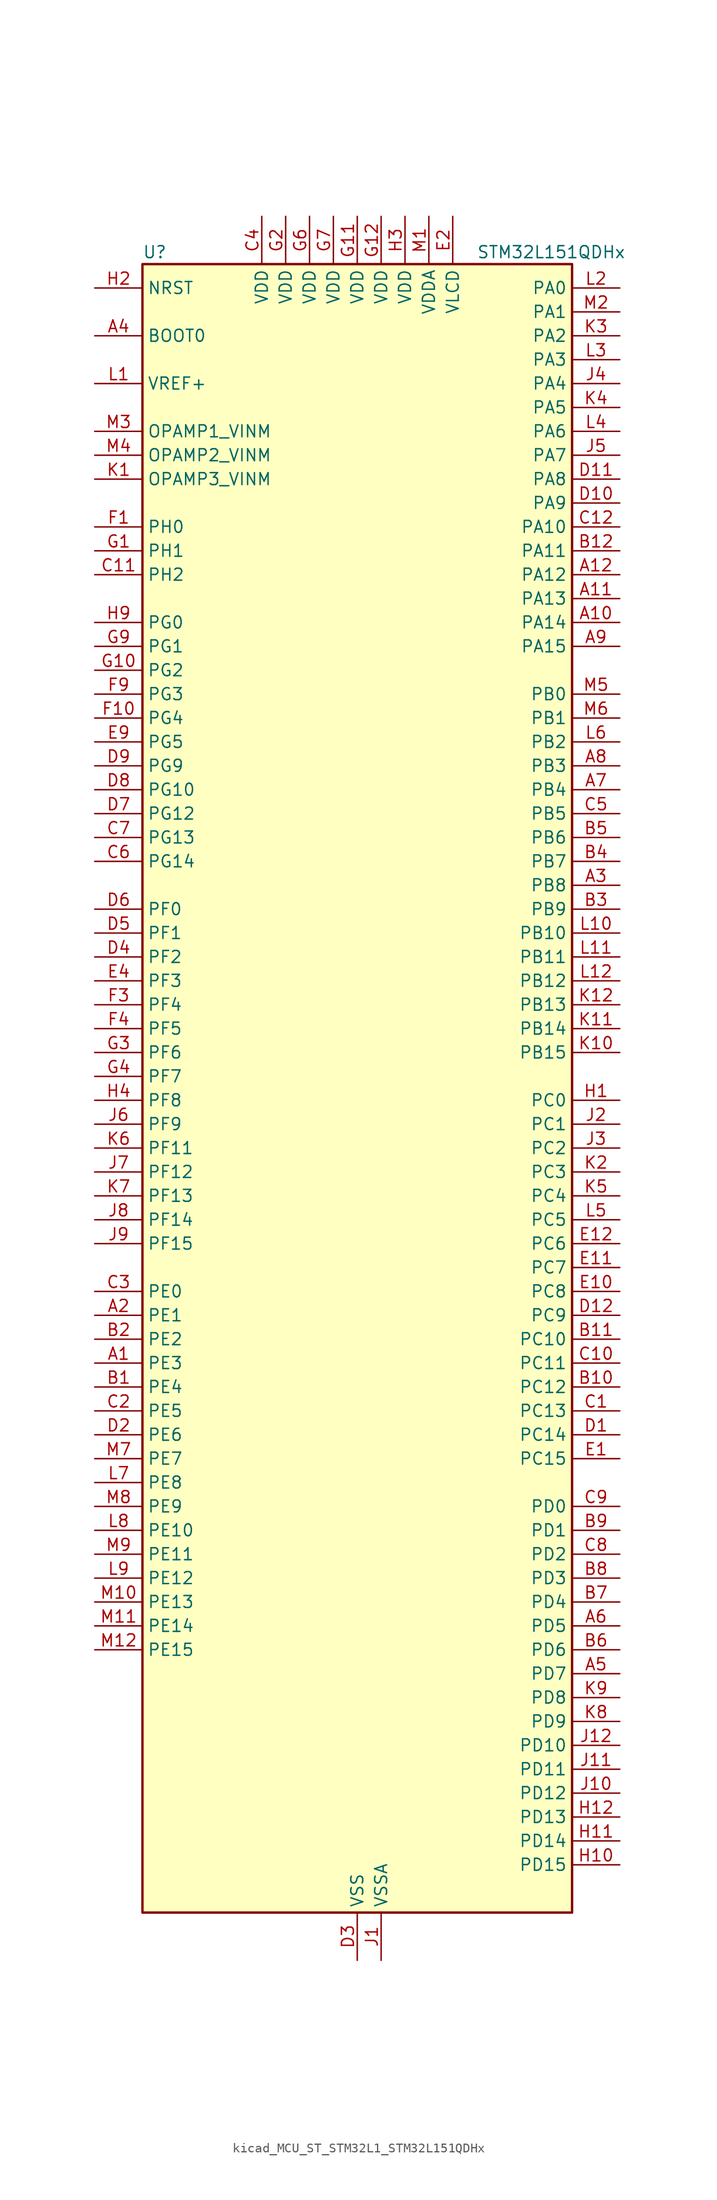
<source format=kicad_sym>
(kicad_symbol_lib
  (version 20220914)
  (generator kicad_symbol_editor)
  (symbol "kicad_MCU_ST_STM32L1_STM32L151QDHx"
    (property "Reference" "U"
      (at -22.86 90.17 0)
      (effects (font (size 1.27 1.27)) (justify left)))
    (property "Value" "STM32L151QDHx"
      (at 12.7 90.17 0)
      (effects (font (size 1.27 1.27)) (justify left)))
    (property "ki_locked" ""
      (at 0 0 0)
      (effects (font (size 1.27 1.27))))
    (symbol "kicad_MCU_ST_STM32L1_STM32L151QDHx_0_1"
      (rectangle (start -22.86 -86.36) (end 22.86 88.9) (stroke (width 0.254) (type default)) (fill (type background))))
    (symbol "kicad_MCU_ST_STM32L1_STM32L151QDHx_1_1"
      (pin bidirectional line (at -27.94 -27.94 0) (length 5.08) (name "PE3" (effects (font (size 1.27 1.27)))) (number "A1" (effects (font (size 1.27 1.27)))) (alternate "FSMC_A19" bidirectional line) (alternate "SYS_TRACED0" bidirectional line) (alternate "TIM3_CH1" bidirectional line) (alternate "TIMX_IC4" bidirectional line))
      (pin bidirectional line (at 27.94 50.8 180) (length 5.08) (name "PA14" (effects (font (size 1.27 1.27)))) (number "A10" (effects (font (size 1.27 1.27)))) (alternate "SYS_JTCK-SWCLK" bidirectional line) (alternate "TIMX_IC3" bidirectional line) (alternate "TS_G5_IO2" bidirectional line))
      (pin bidirectional line (at 27.94 53.34 180) (length 5.08) (name "PA13" (effects (font (size 1.27 1.27)))) (number "A11" (effects (font (size 1.27 1.27)))) (alternate "SYS_JTMS-SWDIO" bidirectional line) (alternate "TIMX_IC2" bidirectional line) (alternate "TS_G5_IO1" bidirectional line))
      (pin bidirectional line (at 27.94 55.88 180) (length 5.08) (name "PA12" (effects (font (size 1.27 1.27)))) (number "A12" (effects (font (size 1.27 1.27)))) (alternate "SPI1_MOSI" bidirectional line) (alternate "TIMX_IC1" bidirectional line) (alternate "USART1_RTS" bidirectional line) (alternate "USB_DP" bidirectional line))
      (pin bidirectional line (at -27.94 -22.86 0) (length 5.08) (name "PE1" (effects (font (size 1.27 1.27)))) (number "A2" (effects (font (size 1.27 1.27)))) (alternate "FSMC_NBL1" bidirectional line) (alternate "TIM11_CH1" bidirectional line) (alternate "TIMX_IC2" bidirectional line))
      (pin bidirectional line (at 27.94 22.86 180) (length 5.08) (name "PB8" (effects (font (size 1.27 1.27)))) (number "A3" (effects (font (size 1.27 1.27)))) (alternate "I2C1_SCL" bidirectional line) (alternate "SDIO_D4" bidirectional line) (alternate "TIM10_CH1" bidirectional line) (alternate "TIM4_CH3" bidirectional line))
      (pin input line (at -27.94 81.28 0) (length 5.08) (name "BOOT0" (effects (font (size 1.27 1.27)))) (number "A4" (effects (font (size 1.27 1.27)))))
      (pin bidirectional line (at 27.94 -60.96 180) (length 5.08) (name "PD7" (effects (font (size 1.27 1.27)))) (number "A5" (effects (font (size 1.27 1.27)))) (alternate "FSMC_NE1" bidirectional line) (alternate "TIM9_CH2" bidirectional line) (alternate "TIMX_IC4" bidirectional line) (alternate "USART2_CK" bidirectional line))
      (pin bidirectional line (at 27.94 -55.88 180) (length 5.08) (name "PD5" (effects (font (size 1.27 1.27)))) (number "A6" (effects (font (size 1.27 1.27)))) (alternate "FSMC_NWE" bidirectional line) (alternate "TIMX_IC2" bidirectional line) (alternate "USART2_TX" bidirectional line))
      (pin bidirectional line (at 27.94 33.02 180) (length 5.08) (name "PB4" (effects (font (size 1.27 1.27)))) (number "A7" (effects (font (size 1.27 1.27)))) (alternate "COMP2_INP" bidirectional line) (alternate "SPI1_MISO" bidirectional line) (alternate "SPI3_MISO" bidirectional line) (alternate "SYS_JTRST" bidirectional line) (alternate "TIM3_CH1" bidirectional line) (alternate "TS_G6_IO1" bidirectional line))
      (pin bidirectional line (at 27.94 35.56 180) (length 5.08) (name "PB3" (effects (font (size 1.27 1.27)))) (number "A8" (effects (font (size 1.27 1.27)))) (alternate "COMP2_INM" bidirectional line) (alternate "I2S3_CK" bidirectional line) (alternate "SPI1_SCK" bidirectional line) (alternate "SPI3_SCK" bidirectional line) (alternate "SYS_JTDO-TRACESWO" bidirectional line) (alternate "TIM2_CH2" bidirectional line))
      (pin bidirectional line (at 27.94 48.26 180) (length 5.08) (name "PA15" (effects (font (size 1.27 1.27)))) (number "A9" (effects (font (size 1.27 1.27)))) (alternate "ADC_EXTI15" bidirectional line) (alternate "I2S3_WS" bidirectional line) (alternate "SPI1_NSS" bidirectional line) (alternate "SPI3_NSS" bidirectional line) (alternate "SYS_JTDI" bidirectional line) (alternate "TIM2_CH1" bidirectional line) (alternate "TIM2_ETR" bidirectional line) (alternate "TIMX_IC4" bidirectional line) (alternate "TS_G5_IO3" bidirectional line))
      (pin bidirectional line (at -27.94 -30.48 0) (length 5.08) (name "PE4" (effects (font (size 1.27 1.27)))) (number "B1" (effects (font (size 1.27 1.27)))) (alternate "FSMC_A20" bidirectional line) (alternate "SYS_TRACED1" bidirectional line) (alternate "TIM3_CH2" bidirectional line) (alternate "TIMX_IC1" bidirectional line))
      (pin bidirectional line (at 27.94 -30.48 180) (length 5.08) (name "PC12" (effects (font (size 1.27 1.27)))) (number "B10" (effects (font (size 1.27 1.27)))) (alternate "I2S3_SD" bidirectional line) (alternate "SDIO_CK" bidirectional line) (alternate "SPI3_MOSI" bidirectional line) (alternate "TIMX_IC1" bidirectional line) (alternate "UART5_TX" bidirectional line) (alternate "USART3_CK" bidirectional line))
      (pin bidirectional line (at 27.94 -25.4 180) (length 5.08) (name "PC10" (effects (font (size 1.27 1.27)))) (number "B11" (effects (font (size 1.27 1.27)))) (alternate "I2S3_CK" bidirectional line) (alternate "SDIO_D2" bidirectional line) (alternate "SPI3_SCK" bidirectional line) (alternate "TIMX_IC3" bidirectional line) (alternate "UART4_TX" bidirectional line) (alternate "USART3_TX" bidirectional line))
      (pin bidirectional line (at 27.94 58.42 180) (length 5.08) (name "PA11" (effects (font (size 1.27 1.27)))) (number "B12" (effects (font (size 1.27 1.27)))) (alternate "ADC_EXTI11" bidirectional line) (alternate "SPI1_MISO" bidirectional line) (alternate "TIMX_IC4" bidirectional line) (alternate "USART1_CTS" bidirectional line) (alternate "USB_DM" bidirectional line))
      (pin bidirectional line (at -27.94 -25.4 0) (length 5.08) (name "PE2" (effects (font (size 1.27 1.27)))) (number "B2" (effects (font (size 1.27 1.27)))) (alternate "FSMC_A23" bidirectional line) (alternate "SYS_TRACECK" bidirectional line) (alternate "TIM3_ETR" bidirectional line) (alternate "TIMX_IC3" bidirectional line))
      (pin bidirectional line (at 27.94 20.32 180) (length 5.08) (name "PB9" (effects (font (size 1.27 1.27)))) (number "B3" (effects (font (size 1.27 1.27)))) (alternate "DAC_EXTI9" bidirectional line) (alternate "I2C1_SDA" bidirectional line) (alternate "SDIO_D5" bidirectional line) (alternate "TIM11_CH1" bidirectional line) (alternate "TIM4_CH4" bidirectional line))
      (pin bidirectional line (at 27.94 25.4 180) (length 5.08) (name "PB7" (effects (font (size 1.27 1.27)))) (number "B4" (effects (font (size 1.27 1.27)))) (alternate "COMP2_INP" bidirectional line) (alternate "FSMC_NL" bidirectional line) (alternate "I2C1_SDA" bidirectional line) (alternate "SYS_PVD_IN" bidirectional line) (alternate "TIM4_CH2" bidirectional line) (alternate "TS_G6_IO4" bidirectional line) (alternate "USART1_RX" bidirectional line))
      (pin bidirectional line (at 27.94 27.94 180) (length 5.08) (name "PB6" (effects (font (size 1.27 1.27)))) (number "B5" (effects (font (size 1.27 1.27)))) (alternate "COMP2_INP" bidirectional line) (alternate "I2C1_SCL" bidirectional line) (alternate "TIM4_CH1" bidirectional line) (alternate "TS_G6_IO3" bidirectional line) (alternate "USART1_TX" bidirectional line))
      (pin bidirectional line (at 27.94 -58.42 180) (length 5.08) (name "PD6" (effects (font (size 1.27 1.27)))) (number "B6" (effects (font (size 1.27 1.27)))) (alternate "FSMC_NWAIT" bidirectional line) (alternate "TIMX_IC3" bidirectional line) (alternate "USART2_RX" bidirectional line))
      (pin bidirectional line (at 27.94 -53.34 180) (length 5.08) (name "PD4" (effects (font (size 1.27 1.27)))) (number "B7" (effects (font (size 1.27 1.27)))) (alternate "FSMC_NOE" bidirectional line) (alternate "I2S2_SD" bidirectional line) (alternate "SPI2_MOSI" bidirectional line) (alternate "TIMX_IC1" bidirectional line) (alternate "USART2_RTS" bidirectional line))
      (pin bidirectional line (at 27.94 -50.8 180) (length 5.08) (name "PD3" (effects (font (size 1.27 1.27)))) (number "B8" (effects (font (size 1.27 1.27)))) (alternate "FSMC_CLK" bidirectional line) (alternate "SPI2_MISO" bidirectional line) (alternate "TIMX_IC4" bidirectional line) (alternate "USART2_CTS" bidirectional line))
      (pin bidirectional line (at 27.94 -45.72 180) (length 5.08) (name "PD1" (effects (font (size 1.27 1.27)))) (number "B9" (effects (font (size 1.27 1.27)))) (alternate "FSMC_D3" bidirectional line) (alternate "FSMC_DA3" bidirectional line) (alternate "I2S2_CK" bidirectional line) (alternate "SPI2_SCK" bidirectional line) (alternate "TIMX_IC2" bidirectional line))
      (pin bidirectional line (at 27.94 -33.02 180) (length 5.08) (name "PC13" (effects (font (size 1.27 1.27)))) (number "C1" (effects (font (size 1.27 1.27)))) (alternate "RTC_OUT_ALARM" bidirectional line) (alternate "RTC_OUT_CALIB" bidirectional line) (alternate "RTC_TAMP1" bidirectional line) (alternate "RTC_TS" bidirectional line) (alternate "SYS_WKUP2" bidirectional line) (alternate "TIMX_IC2" bidirectional line))
      (pin bidirectional line (at 27.94 -27.94 180) (length 5.08) (name "PC11" (effects (font (size 1.27 1.27)))) (number "C10" (effects (font (size 1.27 1.27)))) (alternate "ADC_EXTI11" bidirectional line) (alternate "SDIO_D3" bidirectional line) (alternate "SPI3_MISO" bidirectional line) (alternate "TIMX_IC4" bidirectional line) (alternate "UART4_RX" bidirectional line) (alternate "USART3_RX" bidirectional line))
      (pin bidirectional line (at -27.94 55.88 0) (length 5.08) (name "PH2" (effects (font (size 1.27 1.27)))) (number "C11" (effects (font (size 1.27 1.27)))) (alternate "FSMC_A22" bidirectional line))
      (pin bidirectional line (at 27.94 60.96 180) (length 5.08) (name "PA10" (effects (font (size 1.27 1.27)))) (number "C12" (effects (font (size 1.27 1.27)))) (alternate "TIMX_IC3" bidirectional line) (alternate "TS_G4_IO3" bidirectional line) (alternate "USART1_RX" bidirectional line))
      (pin bidirectional line (at -27.94 -33.02 0) (length 5.08) (name "PE5" (effects (font (size 1.27 1.27)))) (number "C2" (effects (font (size 1.27 1.27)))) (alternate "FSMC_A21" bidirectional line) (alternate "SYS_TRACED2" bidirectional line) (alternate "TIM9_CH1" bidirectional line) (alternate "TIMX_IC2" bidirectional line))
      (pin bidirectional line (at -27.94 -20.32 0) (length 5.08) (name "PE0" (effects (font (size 1.27 1.27)))) (number "C3" (effects (font (size 1.27 1.27)))) (alternate "FSMC_NBL0" bidirectional line) (alternate "TIM10_CH1" bidirectional line) (alternate "TIM4_ETR" bidirectional line) (alternate "TIMX_IC1" bidirectional line))
      (pin power_in line (at -10.16 93.98 270) (length 5.08) (name "VDD" (effects (font (size 1.27 1.27)))) (number "C4" (effects (font (size 1.27 1.27)))))
      (pin bidirectional line (at 27.94 30.48 180) (length 5.08) (name "PB5" (effects (font (size 1.27 1.27)))) (number "C5" (effects (font (size 1.27 1.27)))) (alternate "COMP2_INP" bidirectional line) (alternate "I2C1_SMBA" bidirectional line) (alternate "I2S3_SD" bidirectional line) (alternate "SPI1_MOSI" bidirectional line) (alternate "SPI3_MOSI" bidirectional line) (alternate "TIM3_CH2" bidirectional line) (alternate "TS_G6_IO2" bidirectional line))
      (pin bidirectional line (at -27.94 25.4 0) (length 5.08) (name "PG14" (effects (font (size 1.27 1.27)))) (number "C6" (effects (font (size 1.27 1.27)))) (alternate "FSMC_A25" bidirectional line))
      (pin bidirectional line (at -27.94 27.94 0) (length 5.08) (name "PG13" (effects (font (size 1.27 1.27)))) (number "C7" (effects (font (size 1.27 1.27)))) (alternate "FSMC_A24" bidirectional line))
      (pin bidirectional line (at 27.94 -48.26 180) (length 5.08) (name "PD2" (effects (font (size 1.27 1.27)))) (number "C8" (effects (font (size 1.27 1.27)))) (alternate "SDIO_CMD" bidirectional line) (alternate "TIM3_ETR" bidirectional line) (alternate "TIMX_IC3" bidirectional line) (alternate "UART5_RX" bidirectional line))
      (pin bidirectional line (at 27.94 -43.18 180) (length 5.08) (name "PD0" (effects (font (size 1.27 1.27)))) (number "C9" (effects (font (size 1.27 1.27)))) (alternate "FSMC_D2" bidirectional line) (alternate "FSMC_DA2" bidirectional line) (alternate "I2S2_WS" bidirectional line) (alternate "SPI2_NSS" bidirectional line) (alternate "TIM9_CH1" bidirectional line) (alternate "TIMX_IC1" bidirectional line))
      (pin bidirectional line (at 27.94 -35.56 180) (length 5.08) (name "PC14" (effects (font (size 1.27 1.27)))) (number "D1" (effects (font (size 1.27 1.27)))) (alternate "RCC_OSC32_IN" bidirectional line) (alternate "TIMX_IC3" bidirectional line))
      (pin bidirectional line (at 27.94 63.5 180) (length 5.08) (name "PA9" (effects (font (size 1.27 1.27)))) (number "D10" (effects (font (size 1.27 1.27)))) (alternate "DAC_EXTI9" bidirectional line) (alternate "TIMX_IC2" bidirectional line) (alternate "TS_G4_IO2" bidirectional line) (alternate "USART1_TX" bidirectional line))
      (pin bidirectional line (at 27.94 66.04 180) (length 5.08) (name "PA8" (effects (font (size 1.27 1.27)))) (number "D11" (effects (font (size 1.27 1.27)))) (alternate "RCC_MCO" bidirectional line) (alternate "TIMX_IC1" bidirectional line) (alternate "TS_G4_IO1" bidirectional line) (alternate "USART1_CK" bidirectional line))
      (pin bidirectional line (at 27.94 -22.86 180) (length 5.08) (name "PC9" (effects (font (size 1.27 1.27)))) (number "D12" (effects (font (size 1.27 1.27)))) (alternate "DAC_EXTI9" bidirectional line) (alternate "SDIO_D1" bidirectional line) (alternate "TIM3_CH4" bidirectional line) (alternate "TIMX_IC2" bidirectional line) (alternate "TS_G10_IO4" bidirectional line))
      (pin bidirectional line (at -27.94 -35.56 0) (length 5.08) (name "PE6" (effects (font (size 1.27 1.27)))) (number "D2" (effects (font (size 1.27 1.27)))) (alternate "RTC_TAMP3" bidirectional line) (alternate "SYS_TRACED3" bidirectional line) (alternate "SYS_WKUP3" bidirectional line) (alternate "TIM9_CH2" bidirectional line) (alternate "TIMX_IC3" bidirectional line))
      (pin power_in line (at 0 -91.44 90) (length 5.08) (name "VSS" (effects (font (size 1.27 1.27)))) (number "D3" (effects (font (size 1.27 1.27)))))
      (pin bidirectional line (at -27.94 15.24 0) (length 5.08) (name "PF2" (effects (font (size 1.27 1.27)))) (number "D4" (effects (font (size 1.27 1.27)))) (alternate "FSMC_A2" bidirectional line))
      (pin bidirectional line (at -27.94 17.78 0) (length 5.08) (name "PF1" (effects (font (size 1.27 1.27)))) (number "D5" (effects (font (size 1.27 1.27)))) (alternate "FSMC_A1" bidirectional line))
      (pin bidirectional line (at -27.94 20.32 0) (length 5.08) (name "PF0" (effects (font (size 1.27 1.27)))) (number "D6" (effects (font (size 1.27 1.27)))) (alternate "FSMC_A0" bidirectional line))
      (pin bidirectional line (at -27.94 30.48 0) (length 5.08) (name "PG12" (effects (font (size 1.27 1.27)))) (number "D7" (effects (font (size 1.27 1.27)))) (alternate "FSMC_NE4" bidirectional line))
      (pin bidirectional line (at -27.94 33.02 0) (length 5.08) (name "PG10" (effects (font (size 1.27 1.27)))) (number "D8" (effects (font (size 1.27 1.27)))) (alternate "FSMC_NE3" bidirectional line))
      (pin bidirectional line (at -27.94 35.56 0) (length 5.08) (name "PG9" (effects (font (size 1.27 1.27)))) (number "D9" (effects (font (size 1.27 1.27)))) (alternate "DAC_EXTI9" bidirectional line) (alternate "FSMC_NE2" bidirectional line))
      (pin bidirectional line (at 27.94 -38.1 180) (length 5.08) (name "PC15" (effects (font (size 1.27 1.27)))) (number "E1" (effects (font (size 1.27 1.27)))) (alternate "ADC_EXTI15" bidirectional line) (alternate "RCC_OSC32_OUT" bidirectional line) (alternate "TIMX_IC4" bidirectional line))
      (pin bidirectional line (at 27.94 -20.32 180) (length 5.08) (name "PC8" (effects (font (size 1.27 1.27)))) (number "E10" (effects (font (size 1.27 1.27)))) (alternate "SDIO_D0" bidirectional line) (alternate "TIM3_CH3" bidirectional line) (alternate "TIMX_IC1" bidirectional line) (alternate "TS_G10_IO3" bidirectional line))
      (pin bidirectional line (at 27.94 -17.78 180) (length 5.08) (name "PC7" (effects (font (size 1.27 1.27)))) (number "E11" (effects (font (size 1.27 1.27)))) (alternate "I2S3_MCK" bidirectional line) (alternate "SDIO_D7" bidirectional line) (alternate "TIM3_CH2" bidirectional line) (alternate "TIMX_IC4" bidirectional line) (alternate "TS_G10_IO2" bidirectional line))
      (pin bidirectional line (at 27.94 -15.24 180) (length 5.08) (name "PC6" (effects (font (size 1.27 1.27)))) (number "E12" (effects (font (size 1.27 1.27)))) (alternate "I2S2_MCK" bidirectional line) (alternate "SDIO_D6" bidirectional line) (alternate "TIM3_CH1" bidirectional line) (alternate "TIMX_IC3" bidirectional line) (alternate "TS_G10_IO1" bidirectional line))
      (pin power_in line (at 10.16 93.98 270) (length 5.08) (name "VLCD" (effects (font (size 1.27 1.27)))) (number "E2" (effects (font (size 1.27 1.27)))))
      (pin passive line (at 0 -91.44 90) (length 5.08) hide (name "VSS" (effects (font (size 1.27 1.27)))) (number "E3" (effects (font (size 1.27 1.27)))))
      (pin bidirectional line (at -27.94 12.7 0) (length 5.08) (name "PF3" (effects (font (size 1.27 1.27)))) (number "E4" (effects (font (size 1.27 1.27)))) (alternate "FSMC_A3" bidirectional line))
      (pin bidirectional line (at -27.94 38.1 0) (length 5.08) (name "PG5" (effects (font (size 1.27 1.27)))) (number "E9" (effects (font (size 1.27 1.27)))) (alternate "FSMC_A15" bidirectional line))
      (pin bidirectional line (at -27.94 60.96 0) (length 5.08) (name "PH0" (effects (font (size 1.27 1.27)))) (number "F1" (effects (font (size 1.27 1.27)))) (alternate "RCC_OSC_IN" bidirectional line))
      (pin bidirectional line (at -27.94 40.64 0) (length 5.08) (name "PG4" (effects (font (size 1.27 1.27)))) (number "F10" (effects (font (size 1.27 1.27)))) (alternate "ADC_IN12b" bidirectional line) (alternate "FSMC_A14" bidirectional line) (alternate "TS_G7_IO7" bidirectional line))
      (pin passive line (at 0 -91.44 90) (length 5.08) hide (name "VSS" (effects (font (size 1.27 1.27)))) (number "F11" (effects (font (size 1.27 1.27)))))
      (pin passive line (at 0 -91.44 90) (length 5.08) hide (name "VSS" (effects (font (size 1.27 1.27)))) (number "F12" (effects (font (size 1.27 1.27)))))
      (pin passive line (at 0 -91.44 90) (length 5.08) hide (name "VSS" (effects (font (size 1.27 1.27)))) (number "F2" (effects (font (size 1.27 1.27)))))
      (pin bidirectional line (at -27.94 10.16 0) (length 5.08) (name "PF4" (effects (font (size 1.27 1.27)))) (number "F3" (effects (font (size 1.27 1.27)))) (alternate "FSMC_A4" bidirectional line))
      (pin bidirectional line (at -27.94 7.62 0) (length 5.08) (name "PF5" (effects (font (size 1.27 1.27)))) (number "F4" (effects (font (size 1.27 1.27)))) (alternate "FSMC_A5" bidirectional line))
      (pin passive line (at 0 -91.44 90) (length 5.08) hide (name "VSS" (effects (font (size 1.27 1.27)))) (number "F6" (effects (font (size 1.27 1.27)))))
      (pin passive line (at 0 -91.44 90) (length 5.08) hide (name "VSS" (effects (font (size 1.27 1.27)))) (number "F7" (effects (font (size 1.27 1.27)))))
      (pin bidirectional line (at -27.94 43.18 0) (length 5.08) (name "PG3" (effects (font (size 1.27 1.27)))) (number "F9" (effects (font (size 1.27 1.27)))) (alternate "ADC_IN11b" bidirectional line) (alternate "FSMC_A13" bidirectional line) (alternate "TS_G7_IO6" bidirectional line))
      (pin bidirectional line (at -27.94 58.42 0) (length 5.08) (name "PH1" (effects (font (size 1.27 1.27)))) (number "G1" (effects (font (size 1.27 1.27)))) (alternate "RCC_OSC_OUT" bidirectional line))
      (pin bidirectional line (at -27.94 45.72 0) (length 5.08) (name "PG2" (effects (font (size 1.27 1.27)))) (number "G10" (effects (font (size 1.27 1.27)))) (alternate "ADC_IN10b" bidirectional line) (alternate "FSMC_A12" bidirectional line) (alternate "TS_G7_IO5" bidirectional line))
      (pin power_in line (at 0 93.98 270) (length 5.08) (name "VDD" (effects (font (size 1.27 1.27)))) (number "G11" (effects (font (size 1.27 1.27)))))
      (pin power_in line (at 2.54 93.98 270) (length 5.08) (name "VDD" (effects (font (size 1.27 1.27)))) (number "G12" (effects (font (size 1.27 1.27)))))
      (pin power_in line (at -7.62 93.98 270) (length 5.08) (name "VDD" (effects (font (size 1.27 1.27)))) (number "G2" (effects (font (size 1.27 1.27)))))
      (pin bidirectional line (at -27.94 5.08 0) (length 5.08) (name "PF6" (effects (font (size 1.27 1.27)))) (number "G3" (effects (font (size 1.27 1.27)))) (alternate "ADC_IN27" bidirectional line) (alternate "TIM5_CH1" bidirectional line) (alternate "TIM5_ETR" bidirectional line) (alternate "TS_G11_IO1" bidirectional line))
      (pin bidirectional line (at -27.94 2.54 0) (length 5.08) (name "PF7" (effects (font (size 1.27 1.27)))) (number "G4" (effects (font (size 1.27 1.27)))) (alternate "ADC_IN28" bidirectional line) (alternate "COMP1_INP" bidirectional line) (alternate "TIM5_CH2" bidirectional line) (alternate "TS_G11_IO2" bidirectional line))
      (pin power_in line (at -5.08 93.98 270) (length 5.08) (name "VDD" (effects (font (size 1.27 1.27)))) (number "G6" (effects (font (size 1.27 1.27)))))
      (pin power_in line (at -2.54 93.98 270) (length 5.08) (name "VDD" (effects (font (size 1.27 1.27)))) (number "G7" (effects (font (size 1.27 1.27)))))
      (pin bidirectional line (at -27.94 48.26 0) (length 5.08) (name "PG1" (effects (font (size 1.27 1.27)))) (number "G9" (effects (font (size 1.27 1.27)))) (alternate "ADC_IN9b" bidirectional line) (alternate "FSMC_A11" bidirectional line) (alternate "TS_G2_IO5" bidirectional line))
      (pin bidirectional line (at 27.94 0 180) (length 5.08) (name "PC0" (effects (font (size 1.27 1.27)))) (number "H1" (effects (font (size 1.27 1.27)))) (alternate "ADC_IN10" bidirectional line) (alternate "COMP1_INP" bidirectional line) (alternate "TIMX_IC1" bidirectional line) (alternate "TS_G8_IO1" bidirectional line))
      (pin bidirectional line (at 27.94 -81.28 180) (length 5.08) (name "PD15" (effects (font (size 1.27 1.27)))) (number "H10" (effects (font (size 1.27 1.27)))) (alternate "ADC_EXTI15" bidirectional line) (alternate "FSMC_D1" bidirectional line) (alternate "FSMC_DA1" bidirectional line) (alternate "TIM4_CH4" bidirectional line) (alternate "TIMX_IC4" bidirectional line))
      (pin bidirectional line (at 27.94 -78.74 180) (length 5.08) (name "PD14" (effects (font (size 1.27 1.27)))) (number "H11" (effects (font (size 1.27 1.27)))) (alternate "FSMC_D0" bidirectional line) (alternate "FSMC_DA0" bidirectional line) (alternate "TIM4_CH3" bidirectional line) (alternate "TIMX_IC3" bidirectional line))
      (pin bidirectional line (at 27.94 -76.2 180) (length 5.08) (name "PD13" (effects (font (size 1.27 1.27)))) (number "H12" (effects (font (size 1.27 1.27)))) (alternate "FSMC_A18" bidirectional line) (alternate "TIM4_CH2" bidirectional line) (alternate "TIMX_IC2" bidirectional line))
      (pin input line (at -27.94 86.36 0) (length 5.08) (name "NRST" (effects (font (size 1.27 1.27)))) (number "H2" (effects (font (size 1.27 1.27)))))
      (pin power_in line (at 5.08 93.98 270) (length 5.08) (name "VDD" (effects (font (size 1.27 1.27)))) (number "H3" (effects (font (size 1.27 1.27)))))
      (pin bidirectional line (at -27.94 0 0) (length 5.08) (name "PF8" (effects (font (size 1.27 1.27)))) (number "H4" (effects (font (size 1.27 1.27)))) (alternate "ADC_IN29" bidirectional line) (alternate "COMP1_INP" bidirectional line) (alternate "TIM5_CH3" bidirectional line) (alternate "TS_G11_IO3" bidirectional line))
      (pin bidirectional line (at -27.94 50.8 0) (length 5.08) (name "PG0" (effects (font (size 1.27 1.27)))) (number "H9" (effects (font (size 1.27 1.27)))) (alternate "ADC_IN8b" bidirectional line) (alternate "FSMC_A10" bidirectional line) (alternate "TS_G2_IO4" bidirectional line))
      (pin power_in line (at 2.54 -91.44 90) (length 5.08) (name "VSSA" (effects (font (size 1.27 1.27)))) (number "J1" (effects (font (size 1.27 1.27)))))
      (pin bidirectional line (at 27.94 -73.66 180) (length 5.08) (name "PD12" (effects (font (size 1.27 1.27)))) (number "J10" (effects (font (size 1.27 1.27)))) (alternate "FSMC_A17" bidirectional line) (alternate "TIM4_CH1" bidirectional line) (alternate "TIMX_IC1" bidirectional line) (alternate "USART3_RTS" bidirectional line))
      (pin bidirectional line (at 27.94 -71.12 180) (length 5.08) (name "PD11" (effects (font (size 1.27 1.27)))) (number "J11" (effects (font (size 1.27 1.27)))) (alternate "ADC_EXTI11" bidirectional line) (alternate "FSMC_A16" bidirectional line) (alternate "TIMX_IC4" bidirectional line) (alternate "USART3_CTS" bidirectional line))
      (pin bidirectional line (at 27.94 -68.58 180) (length 5.08) (name "PD10" (effects (font (size 1.27 1.27)))) (number "J12" (effects (font (size 1.27 1.27)))) (alternate "FSMC_D15" bidirectional line) (alternate "FSMC_DA15" bidirectional line) (alternate "TIMX_IC3" bidirectional line) (alternate "USART3_CK" bidirectional line))
      (pin bidirectional line (at 27.94 -2.54 180) (length 5.08) (name "PC1" (effects (font (size 1.27 1.27)))) (number "J2" (effects (font (size 1.27 1.27)))) (alternate "ADC_IN11" bidirectional line) (alternate "COMP1_INP" bidirectional line) (alternate "OPAMP3_VINP" bidirectional line) (alternate "TIMX_IC2" bidirectional line) (alternate "TS_G8_IO2" bidirectional line))
      (pin bidirectional line (at 27.94 -5.08 180) (length 5.08) (name "PC2" (effects (font (size 1.27 1.27)))) (number "J3" (effects (font (size 1.27 1.27)))) (alternate "ADC_IN12" bidirectional line) (alternate "COMP1_INP" bidirectional line) (alternate "TIMX_IC3" bidirectional line) (alternate "TS_G8_IO3" bidirectional line))
      (pin bidirectional line (at 27.94 76.2 180) (length 5.08) (name "PA4" (effects (font (size 1.27 1.27)))) (number "J4" (effects (font (size 1.27 1.27)))) (alternate "ADC_IN4" bidirectional line) (alternate "COMP1_INP" bidirectional line) (alternate "DAC_OUT1" bidirectional line) (alternate "I2S3_WS" bidirectional line) (alternate "SPI1_NSS" bidirectional line) (alternate "SPI3_NSS" bidirectional line) (alternate "TIMX_IC1" bidirectional line) (alternate "USART2_CK" bidirectional line))
      (pin bidirectional line (at 27.94 68.58 180) (length 5.08) (name "PA7" (effects (font (size 1.27 1.27)))) (number "J5" (effects (font (size 1.27 1.27)))) (alternate "ADC_IN7" bidirectional line) (alternate "COMP1_INP" bidirectional line) (alternate "SPI1_MOSI" bidirectional line) (alternate "TIM11_CH1" bidirectional line) (alternate "TIM3_CH2" bidirectional line) (alternate "TIMX_IC4" bidirectional line) (alternate "TS_G2_IO2" bidirectional line))
      (pin bidirectional line (at -27.94 -2.54 0) (length 5.08) (name "PF9" (effects (font (size 1.27 1.27)))) (number "J6" (effects (font (size 1.27 1.27)))) (alternate "ADC_IN30" bidirectional line) (alternate "COMP1_INP" bidirectional line) (alternate "DAC_EXTI9" bidirectional line) (alternate "TIM5_CH4" bidirectional line) (alternate "TS_G11_IO4" bidirectional line))
      (pin bidirectional line (at -27.94 -7.62 0) (length 5.08) (name "PF12" (effects (font (size 1.27 1.27)))) (number "J7" (effects (font (size 1.27 1.27)))) (alternate "ADC_IN2b" bidirectional line) (alternate "FSMC_A6" bidirectional line) (alternate "TS_G3_IO5" bidirectional line))
      (pin bidirectional line (at -27.94 -12.7 0) (length 5.08) (name "PF14" (effects (font (size 1.27 1.27)))) (number "J8" (effects (font (size 1.27 1.27)))) (alternate "ADC_IN6b" bidirectional line) (alternate "FSMC_A8" bidirectional line) (alternate "TS_G9_IO4" bidirectional line))
      (pin bidirectional line (at -27.94 -15.24 0) (length 5.08) (name "PF15" (effects (font (size 1.27 1.27)))) (number "J9" (effects (font (size 1.27 1.27)))) (alternate "ADC_EXTI15" bidirectional line) (alternate "ADC_IN7b" bidirectional line) (alternate "FSMC_A9" bidirectional line) (alternate "TS_G2_IO3" bidirectional line))
      (pin input line (at -27.94 66.04 0) (length 5.08) (name "OPAMP3_VINM" (effects (font (size 1.27 1.27)))) (number "K1" (effects (font (size 1.27 1.27)))) (alternate "OPAMP3_VINM" bidirectional line))
      (pin bidirectional line (at 27.94 5.08 180) (length 5.08) (name "PB15" (effects (font (size 1.27 1.27)))) (number "K10" (effects (font (size 1.27 1.27)))) (alternate "ADC_EXTI15" bidirectional line) (alternate "ADC_IN21" bidirectional line) (alternate "COMP1_INP" bidirectional line) (alternate "I2S2_SD" bidirectional line) (alternate "RTC_REFIN" bidirectional line) (alternate "SPI2_MOSI" bidirectional line) (alternate "TIM11_CH1" bidirectional line) (alternate "TS_G7_IO4" bidirectional line))
      (pin bidirectional line (at 27.94 7.62 180) (length 5.08) (name "PB14" (effects (font (size 1.27 1.27)))) (number "K11" (effects (font (size 1.27 1.27)))) (alternate "ADC_IN20" bidirectional line) (alternate "COMP1_INP" bidirectional line) (alternate "SPI2_MISO" bidirectional line) (alternate "TIM9_CH2" bidirectional line) (alternate "TS_G7_IO3" bidirectional line) (alternate "USART3_RTS" bidirectional line))
      (pin bidirectional line (at 27.94 10.16 180) (length 5.08) (name "PB13" (effects (font (size 1.27 1.27)))) (number "K12" (effects (font (size 1.27 1.27)))) (alternate "ADC_IN19" bidirectional line) (alternate "COMP1_INP" bidirectional line) (alternate "I2S2_CK" bidirectional line) (alternate "SPI2_SCK" bidirectional line) (alternate "TIM9_CH1" bidirectional line) (alternate "TS_G7_IO2" bidirectional line) (alternate "USART3_CTS" bidirectional line))
      (pin bidirectional line (at 27.94 -7.62 180) (length 5.08) (name "PC3" (effects (font (size 1.27 1.27)))) (number "K2" (effects (font (size 1.27 1.27)))) (alternate "ADC_IN13" bidirectional line) (alternate "COMP1_INP" bidirectional line) (alternate "OPAMP3_VOUT" bidirectional line) (alternate "TIMX_IC4" bidirectional line) (alternate "TS_G8_IO4" bidirectional line))
      (pin bidirectional line (at 27.94 81.28 180) (length 5.08) (name "PA2" (effects (font (size 1.27 1.27)))) (number "K3" (effects (font (size 1.27 1.27)))) (alternate "ADC_IN2" bidirectional line) (alternate "COMP1_INP" bidirectional line) (alternate "TIM2_CH3" bidirectional line) (alternate "TIM5_CH3" bidirectional line) (alternate "TIM9_CH1" bidirectional line) (alternate "TIMX_IC3" bidirectional line) (alternate "TS_G1_IO3" bidirectional line) (alternate "USART2_TX" bidirectional line))
      (pin bidirectional line (at 27.94 73.66 180) (length 5.08) (name "PA5" (effects (font (size 1.27 1.27)))) (number "K4" (effects (font (size 1.27 1.27)))) (alternate "ADC_IN5" bidirectional line) (alternate "COMP1_INP" bidirectional line) (alternate "DAC_OUT2" bidirectional line) (alternate "SPI1_SCK" bidirectional line) (alternate "TIM2_CH1" bidirectional line) (alternate "TIM2_ETR" bidirectional line) (alternate "TIMX_IC2" bidirectional line))
      (pin bidirectional line (at 27.94 -10.16 180) (length 5.08) (name "PC4" (effects (font (size 1.27 1.27)))) (number "K5" (effects (font (size 1.27 1.27)))) (alternate "ADC_IN14" bidirectional line) (alternate "COMP1_INP" bidirectional line) (alternate "TIMX_IC1" bidirectional line) (alternate "TS_G9_IO1" bidirectional line))
      (pin bidirectional line (at -27.94 -5.08 0) (length 5.08) (name "PF11" (effects (font (size 1.27 1.27)))) (number "K6" (effects (font (size 1.27 1.27)))) (alternate "ADC_EXTI11" bidirectional line) (alternate "ADC_IN1b" bidirectional line) (alternate "TS_G3_IO4" bidirectional line))
      (pin bidirectional line (at -27.94 -10.16 0) (length 5.08) (name "PF13" (effects (font (size 1.27 1.27)))) (number "K7" (effects (font (size 1.27 1.27)))) (alternate "ADC_IN3b" bidirectional line) (alternate "FSMC_A7" bidirectional line) (alternate "TS_G9_IO3" bidirectional line))
      (pin bidirectional line (at 27.94 -66.04 180) (length 5.08) (name "PD9" (effects (font (size 1.27 1.27)))) (number "K8" (effects (font (size 1.27 1.27)))) (alternate "DAC_EXTI9" bidirectional line) (alternate "FSMC_D14" bidirectional line) (alternate "FSMC_DA14" bidirectional line) (alternate "TIMX_IC2" bidirectional line) (alternate "USART3_RX" bidirectional line))
      (pin bidirectional line (at 27.94 -63.5 180) (length 5.08) (name "PD8" (effects (font (size 1.27 1.27)))) (number "K9" (effects (font (size 1.27 1.27)))) (alternate "FSMC_D13" bidirectional line) (alternate "FSMC_DA13" bidirectional line) (alternate "TIMX_IC1" bidirectional line) (alternate "USART3_TX" bidirectional line))
      (pin input line (at -27.94 76.2 0) (length 5.08) (name "VREF+" (effects (font (size 1.27 1.27)))) (number "L1" (effects (font (size 1.27 1.27)))))
      (pin bidirectional line (at 27.94 17.78 180) (length 5.08) (name "PB10" (effects (font (size 1.27 1.27)))) (number "L10" (effects (font (size 1.27 1.27)))) (alternate "I2C2_SCL" bidirectional line) (alternate "TIM2_CH3" bidirectional line) (alternate "USART3_TX" bidirectional line))
      (pin bidirectional line (at 27.94 15.24 180) (length 5.08) (name "PB11" (effects (font (size 1.27 1.27)))) (number "L11" (effects (font (size 1.27 1.27)))) (alternate "ADC_EXTI11" bidirectional line) (alternate "I2C2_SDA" bidirectional line) (alternate "TIM2_CH4" bidirectional line) (alternate "USART3_RX" bidirectional line))
      (pin bidirectional line (at 27.94 12.7 180) (length 5.08) (name "PB12" (effects (font (size 1.27 1.27)))) (number "L12" (effects (font (size 1.27 1.27)))) (alternate "ADC_IN18" bidirectional line) (alternate "COMP1_INP" bidirectional line) (alternate "I2C2_SMBA" bidirectional line) (alternate "I2S2_WS" bidirectional line) (alternate "SPI2_NSS" bidirectional line) (alternate "TIM10_CH1" bidirectional line) (alternate "TS_G7_IO1" bidirectional line) (alternate "USART3_CK" bidirectional line))
      (pin bidirectional line (at 27.94 86.36 180) (length 5.08) (name "PA0" (effects (font (size 1.27 1.27)))) (number "L2" (effects (font (size 1.27 1.27)))) (alternate "ADC_IN0" bidirectional line) (alternate "COMP1_INP" bidirectional line) (alternate "RTC_TAMP2" bidirectional line) (alternate "SYS_WKUP1" bidirectional line) (alternate "TIM2_CH1" bidirectional line) (alternate "TIM2_ETR" bidirectional line) (alternate "TIM5_CH1" bidirectional line) (alternate "TIMX_IC1" bidirectional line) (alternate "TS_G1_IO1" bidirectional line) (alternate "USART2_CTS" bidirectional line))
      (pin bidirectional line (at 27.94 78.74 180) (length 5.08) (name "PA3" (effects (font (size 1.27 1.27)))) (number "L3" (effects (font (size 1.27 1.27)))) (alternate "ADC_IN3" bidirectional line) (alternate "COMP1_INP" bidirectional line) (alternate "OPAMP1_VOUT" bidirectional line) (alternate "TIM2_CH4" bidirectional line) (alternate "TIM5_CH4" bidirectional line) (alternate "TIM9_CH2" bidirectional line) (alternate "TIMX_IC4" bidirectional line) (alternate "TS_G1_IO4" bidirectional line) (alternate "USART2_RX" bidirectional line))
      (pin bidirectional line (at 27.94 71.12 180) (length 5.08) (name "PA6" (effects (font (size 1.27 1.27)))) (number "L4" (effects (font (size 1.27 1.27)))) (alternate "ADC_IN6" bidirectional line) (alternate "COMP1_INP" bidirectional line) (alternate "OPAMP2_VINP" bidirectional line) (alternate "SPI1_MISO" bidirectional line) (alternate "TIM10_CH1" bidirectional line) (alternate "TIM3_CH1" bidirectional line) (alternate "TIMX_IC3" bidirectional line) (alternate "TS_G2_IO1" bidirectional line))
      (pin bidirectional line (at 27.94 -12.7 180) (length 5.08) (name "PC5" (effects (font (size 1.27 1.27)))) (number "L5" (effects (font (size 1.27 1.27)))) (alternate "ADC_IN15" bidirectional line) (alternate "COMP1_INP" bidirectional line) (alternate "TIMX_IC2" bidirectional line) (alternate "TS_G9_IO2" bidirectional line))
      (pin bidirectional line (at 27.94 38.1 180) (length 5.08) (name "PB2" (effects (font (size 1.27 1.27)))) (number "L6" (effects (font (size 1.27 1.27)))) (alternate "ADC_IN0b" bidirectional line) (alternate "TS_G3_IO3" bidirectional line))
      (pin bidirectional line (at -27.94 -40.64 0) (length 5.08) (name "PE8" (effects (font (size 1.27 1.27)))) (number "L7" (effects (font (size 1.27 1.27)))) (alternate "ADC_IN23" bidirectional line) (alternate "COMP1_INP" bidirectional line) (alternate "FSMC_D5" bidirectional line) (alternate "FSMC_DA5" bidirectional line) (alternate "TIMX_IC1" bidirectional line))
      (pin bidirectional line (at -27.94 -45.72 0) (length 5.08) (name "PE10" (effects (font (size 1.27 1.27)))) (number "L8" (effects (font (size 1.27 1.27)))) (alternate "ADC_IN25" bidirectional line) (alternate "COMP1_INP" bidirectional line) (alternate "FSMC_D7" bidirectional line) (alternate "FSMC_DA7" bidirectional line) (alternate "TIM2_CH2" bidirectional line) (alternate "TIMX_IC3" bidirectional line))
      (pin bidirectional line (at -27.94 -50.8 0) (length 5.08) (name "PE12" (effects (font (size 1.27 1.27)))) (number "L9" (effects (font (size 1.27 1.27)))) (alternate "FSMC_D9" bidirectional line) (alternate "FSMC_DA9" bidirectional line) (alternate "SPI1_NSS" bidirectional line) (alternate "TIM2_CH4" bidirectional line) (alternate "TIMX_IC1" bidirectional line))
      (pin power_in line (at 7.62 93.98 270) (length 5.08) (name "VDDA" (effects (font (size 1.27 1.27)))) (number "M1" (effects (font (size 1.27 1.27)))))
      (pin bidirectional line (at -27.94 -53.34 0) (length 5.08) (name "PE13" (effects (font (size 1.27 1.27)))) (number "M10" (effects (font (size 1.27 1.27)))) (alternate "FSMC_D10" bidirectional line) (alternate "FSMC_DA10" bidirectional line) (alternate "SPI1_SCK" bidirectional line) (alternate "TIMX_IC2" bidirectional line))
      (pin bidirectional line (at -27.94 -55.88 0) (length 5.08) (name "PE14" (effects (font (size 1.27 1.27)))) (number "M11" (effects (font (size 1.27 1.27)))) (alternate "FSMC_D11" bidirectional line) (alternate "FSMC_DA11" bidirectional line) (alternate "SPI1_MISO" bidirectional line) (alternate "TIMX_IC3" bidirectional line))
      (pin bidirectional line (at -27.94 -58.42 0) (length 5.08) (name "PE15" (effects (font (size 1.27 1.27)))) (number "M12" (effects (font (size 1.27 1.27)))) (alternate "ADC_EXTI15" bidirectional line) (alternate "FSMC_D12" bidirectional line) (alternate "FSMC_DA12" bidirectional line) (alternate "SPI1_MOSI" bidirectional line) (alternate "TIMX_IC4" bidirectional line))
      (pin bidirectional line (at 27.94 83.82 180) (length 5.08) (name "PA1" (effects (font (size 1.27 1.27)))) (number "M2" (effects (font (size 1.27 1.27)))) (alternate "ADC_IN1" bidirectional line) (alternate "COMP1_INP" bidirectional line) (alternate "OPAMP1_VINP" bidirectional line) (alternate "TIM2_CH2" bidirectional line) (alternate "TIM5_CH2" bidirectional line) (alternate "TIMX_IC2" bidirectional line) (alternate "TS_G1_IO2" bidirectional line) (alternate "USART2_RTS" bidirectional line))
      (pin input line (at -27.94 71.12 0) (length 5.08) (name "OPAMP1_VINM" (effects (font (size 1.27 1.27)))) (number "M3" (effects (font (size 1.27 1.27)))) (alternate "OPAMP1_VINM" bidirectional line))
      (pin input line (at -27.94 68.58 0) (length 5.08) (name "OPAMP2_VINM" (effects (font (size 1.27 1.27)))) (number "M4" (effects (font (size 1.27 1.27)))) (alternate "OPAMP2_VINM" bidirectional line))
      (pin bidirectional line (at 27.94 43.18 180) (length 5.08) (name "PB0" (effects (font (size 1.27 1.27)))) (number "M5" (effects (font (size 1.27 1.27)))) (alternate "ADC_IN8" bidirectional line) (alternate "COMP1_INP" bidirectional line) (alternate "OPAMP2_VOUT" bidirectional line) (alternate "SYS_V_REF_OUT" bidirectional line) (alternate "TIM3_CH3" bidirectional line) (alternate "TS_G3_IO1" bidirectional line))
      (pin bidirectional line (at 27.94 40.64 180) (length 5.08) (name "PB1" (effects (font (size 1.27 1.27)))) (number "M6" (effects (font (size 1.27 1.27)))) (alternate "ADC_IN9" bidirectional line) (alternate "COMP1_INP" bidirectional line) (alternate "SYS_V_REF_OUT" bidirectional line) (alternate "TIM3_CH4" bidirectional line) (alternate "TS_G3_IO2" bidirectional line))
      (pin bidirectional line (at -27.94 -38.1 0) (length 5.08) (name "PE7" (effects (font (size 1.27 1.27)))) (number "M7" (effects (font (size 1.27 1.27)))) (alternate "ADC_IN22" bidirectional line) (alternate "COMP1_INP" bidirectional line) (alternate "FSMC_D4" bidirectional line) (alternate "FSMC_DA4" bidirectional line) (alternate "TIMX_IC4" bidirectional line))
      (pin bidirectional line (at -27.94 -43.18 0) (length 5.08) (name "PE9" (effects (font (size 1.27 1.27)))) (number "M8" (effects (font (size 1.27 1.27)))) (alternate "ADC_IN24" bidirectional line) (alternate "COMP1_INP" bidirectional line) (alternate "DAC_EXTI9" bidirectional line) (alternate "FSMC_D6" bidirectional line) (alternate "FSMC_DA6" bidirectional line) (alternate "TIM2_CH1" bidirectional line) (alternate "TIM2_ETR" bidirectional line) (alternate "TIMX_IC2" bidirectional line))
      (pin bidirectional line (at -27.94 -48.26 0) (length 5.08) (name "PE11" (effects (font (size 1.27 1.27)))) (number "M9" (effects (font (size 1.27 1.27)))) (alternate "ADC_EXTI11" bidirectional line) (alternate "FSMC_D8" bidirectional line) (alternate "FSMC_DA8" bidirectional line) (alternate "TIM2_CH3" bidirectional line) (alternate "TIMX_IC4" bidirectional line)))))
</source>
